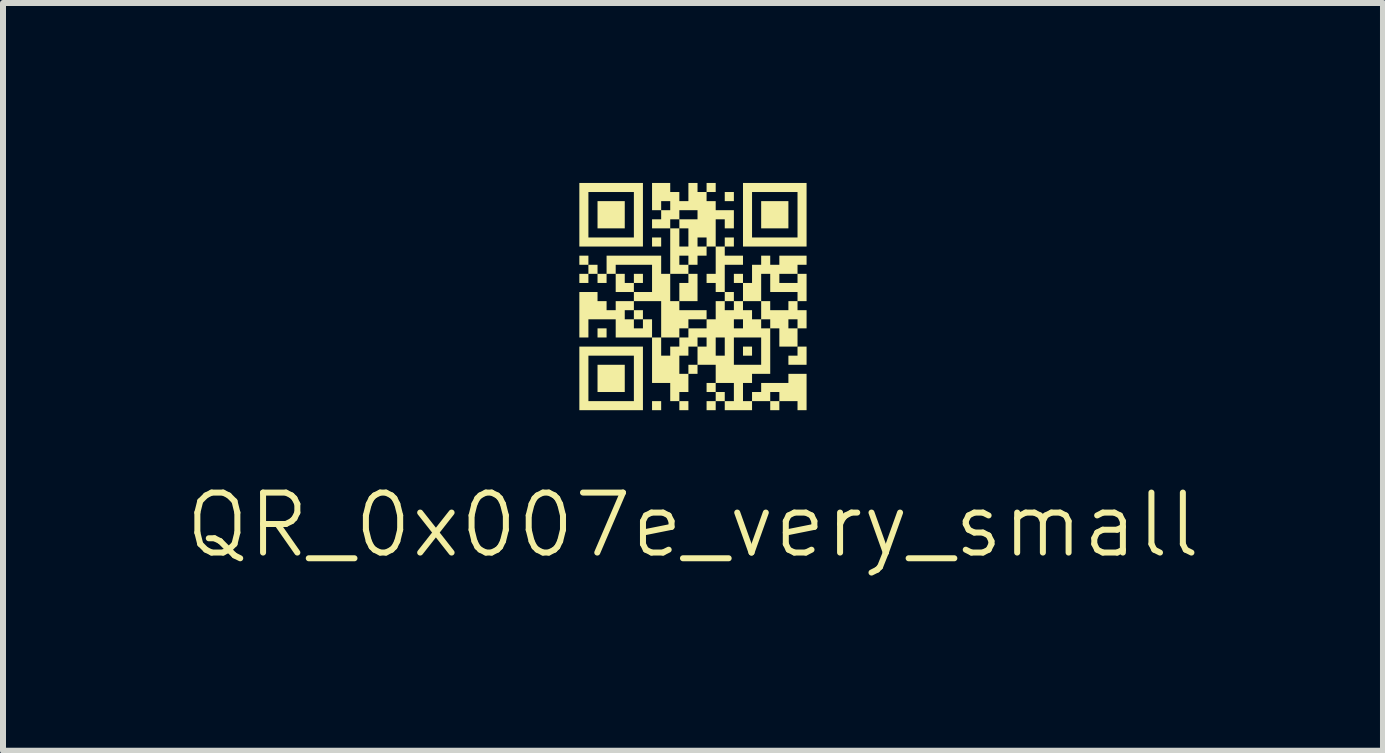
<source format=kicad_pcb>
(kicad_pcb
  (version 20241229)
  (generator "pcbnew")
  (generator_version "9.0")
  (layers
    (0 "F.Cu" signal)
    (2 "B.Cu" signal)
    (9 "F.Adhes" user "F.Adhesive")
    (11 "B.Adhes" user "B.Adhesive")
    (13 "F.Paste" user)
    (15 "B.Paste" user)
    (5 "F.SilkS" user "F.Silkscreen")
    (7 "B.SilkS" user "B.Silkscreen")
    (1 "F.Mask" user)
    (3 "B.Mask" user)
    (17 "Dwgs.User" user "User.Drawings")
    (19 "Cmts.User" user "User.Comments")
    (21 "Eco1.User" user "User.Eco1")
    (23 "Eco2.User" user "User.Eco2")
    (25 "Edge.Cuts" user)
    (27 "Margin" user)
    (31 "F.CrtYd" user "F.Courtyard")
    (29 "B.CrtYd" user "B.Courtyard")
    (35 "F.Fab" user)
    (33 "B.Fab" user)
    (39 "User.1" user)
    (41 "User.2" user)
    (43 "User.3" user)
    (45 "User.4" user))
  (footprint "QR_0x007e_very_small"
    (layer "F.Cu")
    (at 8.502 1.894)
    (property "Reference" "QR_0x007e_very_small" (at 0 3.81 0) (unlocked yes) (layer "F.SilkS") (effects (font (size 1 1) (thickness 0.1))))
    (attr smd)
    (fp_poly (pts (xy -1.743 -0.606) (xy -1.743 -0.53) (xy -1.819 -0.53) (xy -1.894 -0.53) (xy -1.894 -0.606) (xy -1.894 -0.682) (xy -1.819 -0.682) (xy -1.743 -0.682)) (stroke (width 0) (type solid)) (fill yes) (layer "F.SilkS"))
    (fp_poly (pts (xy -1.44 0.606) (xy -1.44 0.682) (xy -1.516 0.682) (xy -1.591 0.682) (xy -1.591 0.606) (xy -1.591 0.53) (xy -1.516 0.53) (xy -1.44 0.53)) (stroke (width 0) (type solid)) (fill yes) (layer "F.SilkS"))
    (fp_poly (pts (xy -1.137 -1.364) (xy -1.137 -1.137) (xy -1.364 -1.137) (xy -1.591 -1.137) (xy -1.591 -1.364) (xy -1.591 -1.591) (xy -1.364 -1.591) (xy -1.137 -1.591)) (stroke (width 0) (type solid)) (fill yes) (layer "F.SilkS"))
    (fp_poly (pts (xy -1.137 1.364) (xy -1.137 1.591) (xy -1.364 1.591) (xy -1.591 1.591) (xy -1.591 1.364) (xy -1.591 1.137) (xy -1.364 1.137) (xy -1.137 1.137)) (stroke (width 0) (type solid)) (fill yes) (layer "F.SilkS"))
    (fp_poly (pts (xy -0.834 -0.303) (xy -0.834 -0.227) (xy -0.909 -0.227) (xy -0.985 -0.227) (xy -0.985 -0.303) (xy -0.985 -0.379) (xy -0.909 -0.379) (xy -0.834 -0.379)) (stroke (width 0) (type solid)) (fill yes) (layer "F.SilkS"))
    (fp_poly (pts (xy -0.834 0.303) (xy -0.834 0.379) (xy -0.909 0.379) (xy -0.985 0.379) (xy -0.985 0.303) (xy -0.985 0.227) (xy -0.909 0.227) (xy -0.834 0.227)) (stroke (width 0) (type solid)) (fill yes) (layer "F.SilkS"))
    (fp_poly (pts (xy -0.53 -0.909) (xy -0.53 -0.834) (xy -0.606 -0.834) (xy -0.682 -0.834) (xy -0.682 -0.909) (xy -0.682 -0.985) (xy -0.606 -0.985) (xy -0.53 -0.985)) (stroke (width 0) (type solid)) (fill yes) (layer "F.SilkS"))
    (fp_poly (pts (xy -0.53 1.819) (xy -0.53 1.894) (xy -0.606 1.894) (xy -0.682 1.894) (xy -0.682 1.819) (xy -0.682 1.743) (xy -0.606 1.743) (xy -0.53 1.743)) (stroke (width 0) (type solid)) (fill yes) (layer "F.SilkS"))
    (fp_poly (pts (xy -0.076 1.819) (xy -0.076 1.894) (xy -0.152 1.894) (xy -0.227 1.894) (xy -0.227 1.819) (xy -0.227 1.743) (xy -0.152 1.743) (xy -0.076 1.743)) (stroke (width 0) (type solid)) (fill yes) (layer "F.SilkS"))
    (fp_poly (pts (xy 0.682 -1.667) (xy 0.682 -1.591) (xy 0.606 -1.591) (xy 0.53 -1.591) (xy 0.53 -1.667) (xy 0.53 -1.743) (xy 0.606 -1.743) (xy 0.682 -1.743)) (stroke (width 0) (type solid)) (fill yes) (layer "F.SilkS"))
    (fp_poly (pts (xy 0.985 0.909) (xy 0.985 0.985) (xy 0.909 0.985) (xy 0.834 0.985) (xy 0.834 0.909) (xy 0.834 0.834) (xy 0.909 0.834) (xy 0.985 0.834)) (stroke (width 0) (type solid)) (fill yes) (layer "F.SilkS"))
    (fp_poly (pts (xy 1.591 -1.364) (xy 1.591 -1.137) (xy 1.364 -1.137) (xy 1.137 -1.137) (xy 1.137 -1.364) (xy 1.137 -1.591) (xy 1.364 -1.591) (xy 1.591 -1.591)) (stroke (width 0) (type solid)) (fill yes) (layer "F.SilkS"))
    (fp_poly (pts (xy 0.076 -0.152) (xy 0.076 0.076) (xy -0.076 0.076) (xy -0.227 0.076) (xy -0.227 -0.076) (xy -0.227 -0.227) (xy -0.152 -0.227) (xy -0.076 -0.227) (xy -0.076 -0.303) (xy -0.076 -0.379) (xy 0 -0.379) (xy 0.076 -0.379)) (stroke (width 0) (type solid)) (fill yes) (layer "F.SilkS"))
    (fp_poly (pts (xy 1.894 0.985) (xy 1.894 1.137) (xy 1.743 1.137) (xy 1.591 1.137) (xy 1.591 1.061) (xy 1.591 0.985) (xy 1.667 0.985) (xy 1.743 0.985) (xy 1.743 0.909) (xy 1.743 0.834) (xy 1.819 0.834) (xy 1.894 0.834)) (stroke (width 0) (type solid)) (fill yes) (layer "F.SilkS"))
    (fp_poly (pts (xy -0.834 -1.364) (xy -0.834 -0.834) (xy -1.364 -0.834) (xy -1.894 -0.834) (xy -1.894 -1.364) (xy -1.894 -1.743) (xy -1.743 -1.743) (xy -1.743 -1.364) (xy -1.743 -0.985) (xy -1.364 -0.985) (xy -0.985 -0.985) (xy -0.985 -1.364) (xy -0.985 -1.743) (xy -1.364 -1.743) (xy -1.743 -1.743) (xy -1.894 -1.743) (xy -1.894 -1.894) (xy -1.364 -1.894) (xy -0.834 -1.894)) (stroke (width 0) (type solid)) (fill yes) (layer "F.SilkS"))
    (fp_poly (pts (xy -0.834 1.364) (xy -0.834 1.894) (xy -1.364 1.894) (xy -1.894 1.894) (xy -1.894 1.364) (xy -1.894 0.985) (xy -1.743 0.985) (xy -1.743 1.364) (xy -1.743 1.743) (xy -1.364 1.743) (xy -0.985 1.743) (xy -0.985 1.364) (xy -0.985 0.985) (xy -1.364 0.985) (xy -1.743 0.985) (xy -1.894 0.985) (xy -1.894 0.834) (xy -1.364 0.834) (xy -0.834 0.834)) (stroke (width 0) (type solid)) (fill yes) (layer "F.SilkS"))
    (fp_poly (pts (xy 1.894 -1.364) (xy 1.894 -0.834) (xy 1.364 -0.834) (xy 0.834 -0.834) (xy 0.834 -1.364) (xy 0.834 -1.743) (xy 0.985 -1.743) (xy 0.985 -1.364) (xy 0.985 -0.985) (xy 1.364 -0.985) (xy 1.743 -0.985) (xy 1.743 -1.364) (xy 1.743 -1.743) (xy 1.364 -1.743) (xy 0.985 -1.743) (xy 0.834 -1.743) (xy 0.834 -1.894) (xy 1.364 -1.894) (xy 1.894 -1.894)) (stroke (width 0) (type solid)) (fill yes) (layer "F.SilkS"))
    (fp_poly (pts (xy -0.379 -1.819) (xy -0.379 -1.743) (xy -0.303 -1.743) (xy -0.227 -1.743) (xy -0.227 -1.667) (xy -0.227 -1.591) (xy -0.152 -1.591) (xy -0.076 -1.591) (xy -0.076 -1.743) (xy -0.076 -1.894) (xy 0 -1.894) (xy 0.076 -1.894) (xy 0.076 -1.819) (xy 0.076 -1.743) (xy 0.152 -1.743) (xy 0.227 -1.743) (xy 0.227 -1.819) (xy 0.227 -1.894) (xy 0.303 -1.894) (xy 0.379 -1.894) (xy 0.379 -1.819) (xy 0.379 -1.743) (xy 0.303 -1.743) (xy 0.227 -1.743) (xy 0.227 -1.667) (xy 0.227 -1.591) (xy 0.303 -1.591) (xy 0.379 -1.591) (xy 0.379 -1.516) (xy 0.379 -1.44) (xy 0.53 -1.44) (xy 0.682 -1.44) (xy 0.682 -1.288) (xy 0.682 -1.137) (xy 0.606 -1.137) (xy 0.53 -1.137) (xy 0.53 -1.212) (xy 0.53 -1.288) (xy 0.455 -1.288) (xy 0.379 -1.288) (xy 0.379 -1.061) (xy 0.379 -0.834) (xy 0.455 -0.834) (xy 0.53 -0.834) (xy 0.53 -0.909) (xy 0.53 -0.985) (xy 0.606 -0.985) (xy 0.682 -0.985) (xy 0.682 -0.909) (xy 0.682 -0.834) (xy 0.606 -0.834) (xy 0.53 -0.834) (xy 0.53 -0.758) (xy 0.53 -0.682) (xy 0.682 -0.682) (xy 0.834 -0.682) (xy 0.834 -0.606) (xy 0.834 -0.53) (xy 0.682 -0.53) (xy 0.53 -0.53) (xy 0.53 -0.303) (xy 0.53 -0.076) (xy 0.455 -0.076) (xy 0.379 -0.076) (xy 0.379 -0.152) (xy 0.379 -0.227) (xy 0.303 -0.227) (xy 0.227 -0.227) (xy 0.227 -0.303) (xy 0.227 -0.379) (xy 0.303 -0.379) (xy 0.379 -0.379) (xy 0.379 -0.606) (xy 0.379 -0.834) (xy 0.303 -0.834) (xy 0.227 -0.834) (xy 0.227 -0.758) (xy 0.227 -0.682) (xy 0.152 -0.682) (xy 0.076 -0.682) (xy 0.076 -0.606) (xy 0.076 -0.53) (xy 0 -0.53) (xy -0.076 -0.53) (xy -0.076 -0.606) (xy -0.076 -0.682) (xy -0.152 -0.682) (xy -0.227 -0.682) (xy -0.227 -0.606) (xy -0.227 -0.53) (xy -0.152 -0.53) (xy -0.076 -0.53) (xy -0.076 -0.455) (xy -0.076 -0.379) (xy -0.227 -0.379) (xy -0.379 -0.379) (xy -0.379 -0.152) (xy -0.379 0.076) (xy -0.303 0.076) (xy -0.227 0.076) (xy -0.227 0.152) (xy -0.227 0.227) (xy 0 0.227) (xy 0.227 0.227) (xy 0.227 0.303) (xy 0.227 0.379) (xy 0.076 0.379) (xy -0.076 0.379) (xy -0.076 0.455) (xy -0.076 0.53) (xy -0.152 0.53) (xy -0.227 0.53) (xy -0.227 0.606) (xy -0.227 0.682) (xy -0.379 0.682) (xy -0.53 0.682) (xy -0.53 0.379) (xy -0.53 0.076) (xy -0.758 0.076) (xy -0.985 0.076) (xy -0.985 0.152) (xy -0.985 0.227) (xy -1.061 0.227) (xy -1.137 0.227) (xy -1.137 0.303) (xy -1.137 0.379) (xy -1.061 0.379) (xy -0.985 0.379) (xy -0.985 0.455) (xy -0.985 0.53) (xy -0.909 0.53) (xy -0.834 0.53) (xy -0.834 0.455) (xy -0.834 0.379) (xy -0.758 0.379) (xy -0.682 0.379) (xy -0.682 0.53) (xy -0.682 0.682) (xy -0.985 0.682) (xy -1.288 0.682) (xy -1.288 0.53) (xy -1.288 0.379) (xy -1.516 0.379) (xy -1.743 0.379) (xy -1.743 0.53) (xy -1.743 0.682) (xy -1.819 0.682) (xy -1.894 0.682) (xy -1.894 0.303) (xy -1.894 -0.076) (xy -1.743 -0.076) (xy -1.591 -0.076) (xy -1.591 0) (xy -1.591 0.076) (xy -1.516 0.076) (xy -1.44 0.076) (xy -1.44 0.152) (xy -1.44 0.227) (xy -1.364 0.227) (xy -1.288 0.227) (xy -1.288 0.152) (xy -1.288 0.076) (xy -1.137 0.076) (xy -0.985 0.076) (xy -0.985 0) (xy -0.985 -0.076) (xy -1.137 -0.076) (xy -1.288 -0.076) (xy -1.288 -0.227) (xy -1.288 -0.379) (xy -1.212 -0.379) (xy -1.137 -0.379) (xy -1.137 -0.303) (xy -1.137 -0.227) (xy -1.061 -0.227) (xy -0.985 -0.227) (xy -0.985 -0.152) (xy -0.985 -0.076) (xy -0.834 -0.076) (xy -0.682 -0.076) (xy -0.682 -0.303) (xy -0.682 -0.53) (xy -0.985 -0.53) (xy -1.288 -0.53) (xy -1.288 -0.455) (xy -1.288 -0.379) (xy -1.364 -0.379) (xy -1.44 -0.379) (xy -1.44 -0.303) (xy -1.44 -0.227) (xy -1.516 -0.227) (xy -1.591 -0.227) (xy -1.591 -0.303) (xy -1.591 -0.379) (xy -1.667 -0.379) (xy -1.743 -0.379) (xy -1.743 -0.303) (xy -1.743 -0.227) (xy -1.819 -0.227) (xy -1.894 -0.227) (xy -1.894 -0.303) (xy -1.894 -0.379) (xy -1.819 -0.379) (xy -1.743 -0.379) (xy -1.743 -0.455) (xy -1.743 -0.53) (xy -1.667 -0.53) (xy -1.591 -0.53) (xy -1.591 -0.455) (xy -1.591 -0.379) (xy -1.516 -0.379) (xy -1.44 -0.379) (xy -1.44 -0.53) (xy -1.44 -0.682) (xy -0.985 -0.682) (xy -0.53 -0.682) (xy -0.53 -0.53) (xy -0.53 -0.379) (xy -0.455 -0.379) (xy -0.379 -0.379) (xy -0.379 -0.758) (xy -0.379 -1.137) (xy -0.303 -1.137) (xy -0.227 -1.137) (xy -0.227 -0.985) (xy -0.227 -0.834) (xy -0.152 -0.834) (xy -0.076 -0.834) (xy -0.076 -0.985) (xy 0.076 -0.985) (xy 0.076 -0.909) (xy 0.076 -0.834) (xy 0.152 -0.834) (xy 0.227 -0.834) (xy 0.227 -0.909) (xy 0.227 -0.985) (xy 0.152 -0.985) (xy 0.076 -0.985) (xy -0.076 -0.985) (xy -0.076 -1.137) (xy -0.152 -1.137) (xy -0.227 -1.137) (xy -0.227 -1.212) (xy -0.227 -1.288) (xy -0.076 -1.288) (xy 0.076 -1.288) (xy 0.076 -1.364) (xy 0.076 -1.44) (xy -0.076 -1.44) (xy -0.227 -1.44) (xy -0.227 -1.364) (xy -0.227 -1.288) (xy -0.303 -1.288) (xy -0.379 -1.288) (xy -0.379 -1.212) (xy -0.379 -1.137) (xy -0.53 -1.137) (xy -0.682 -1.137) (xy -0.682 -1.212) (xy -0.682 -1.288) (xy -0.606 -1.288) (xy -0.53 -1.288) (xy -0.53 -1.364) (xy -0.53 -1.44) (xy -0.606 -1.44) (xy -0.682 -1.44) (xy -0.682 -1.591) (xy -0.53 -1.591) (xy -0.53 -1.516) (xy -0.53 -1.44) (xy -0.455 -1.44) (xy -0.379 -1.44) (xy -0.379 -1.516) (xy -0.379 -1.591) (xy -0.455 -1.591) (xy -0.53 -1.591) (xy -0.682 -1.591) (xy -0.682 -1.667) (xy -0.682 -1.894) (xy -0.53 -1.894) (xy -0.379 -1.894)) (stroke (width 0) (type solid)) (fill yes) (layer "F.SilkS"))
    (fp_poly (pts (xy 1.288 -0.606) (xy 1.288 -0.53) (xy 1.364 -0.53) (xy 1.44 -0.53) (xy 1.44 -0.606) (xy 1.44 -0.682) (xy 1.667 -0.682) (xy 1.894 -0.682) (xy 1.894 -0.606) (xy 1.894 -0.53) (xy 1.819 -0.53) (xy 1.743 -0.53) (xy 1.743 -0.455) (xy 1.743 -0.379) (xy 1.591 -0.379) (xy 1.44 -0.379) (xy 1.44 -0.303) (xy 1.44 -0.227) (xy 1.591 -0.227) (xy 1.743 -0.227) (xy 1.743 -0.303) (xy 1.743 -0.379) (xy 1.819 -0.379) (xy 1.894 -0.379) (xy 1.894 -0.152) (xy 1.894 0.076) (xy 1.819 0.076) (xy 1.743 0.076) (xy 1.743 0.152) (xy 1.743 0.227) (xy 1.819 0.227) (xy 1.894 0.227) (xy 1.894 0.379) (xy 1.894 0.53) (xy 1.819 0.53) (xy 1.743 0.53) (xy 1.743 0.682) (xy 1.743 0.834) (xy 1.591 0.834) (xy 1.44 0.834) (xy 1.44 0.682) (xy 1.44 0.53) (xy 1.364 0.53) (xy 1.288 0.53) (xy 1.288 0.909) (xy 1.288 1.288) (xy 1.137 1.288) (xy 0.985 1.288) (xy 0.985 1.364) (xy 0.985 1.44) (xy 0.909 1.44) (xy 0.834 1.44) (xy 0.834 1.591) (xy 0.834 1.743) (xy 0.909 1.743) (xy 0.985 1.743) (xy 0.985 1.667) (xy 0.985 1.591) (xy 1.061 1.591) (xy 1.137 1.591) (xy 1.288 1.591) (xy 1.288 1.667) (xy 1.288 1.743) (xy 1.364 1.743) (xy 1.44 1.743) (xy 1.44 1.667) (xy 1.44 1.591) (xy 1.364 1.591) (xy 1.288 1.591) (xy 1.137 1.591) (xy 1.137 1.516) (xy 1.137 1.44) (xy 1.364 1.44) (xy 1.591 1.44) (xy 1.591 1.364) (xy 1.591 1.288) (xy 1.743 1.288) (xy 1.894 1.288) (xy 1.894 1.591) (xy 1.894 1.894) (xy 1.819 1.894) (xy 1.743 1.894) (xy 1.743 1.819) (xy 1.743 1.743) (xy 1.591 1.743) (xy 1.44 1.743) (xy 1.44 1.819) (xy 1.44 1.894) (xy 1.364 1.894) (xy 1.288 1.894) (xy 1.288 1.819) (xy 1.288 1.743) (xy 1.137 1.743) (xy 0.985 1.743) (xy 0.985 1.819) (xy 0.985 1.894) (xy 0.758 1.894) (xy 0.53 1.894) (xy 0.53 1.819) (xy 0.53 1.743) (xy 0.455 1.743) (xy 0.379 1.743) (xy 0.379 1.819) (xy 0.379 1.894) (xy 0.303 1.894) (xy 0.227 1.894) (xy 0.227 1.819) (xy 0.227 1.743) (xy 0.303 1.743) (xy 0.379 1.743) (xy 0.379 1.667) (xy 0.379 1.591) (xy 0.455 1.591) (xy 0.53 1.591) (xy 0.53 1.667) (xy 0.53 1.743) (xy 0.606 1.743) (xy 0.682 1.743) (xy 0.682 1.591) (xy 0.682 1.44) (xy 0.53 1.44) (xy 0.379 1.44) (xy 0.379 1.516) (xy 0.379 1.591) (xy 0.303 1.591) (xy 0.227 1.591) (xy 0.227 1.516) (xy 0.227 1.44) (xy 0.303 1.44) (xy 0.379 1.44) (xy 0.379 1.288) (xy 0.379 1.137) (xy 0.227 1.137) (xy 0.076 1.137) (xy 0.076 1.212) (xy 0.076 1.288) (xy 0 1.288) (xy -0.076 1.288) (xy -0.076 1.44) (xy -0.076 1.591) (xy -0.152 1.591) (xy -0.227 1.591) (xy -0.227 1.667) (xy -0.227 1.743) (xy -0.303 1.743) (xy -0.379 1.743) (xy -0.379 1.591) (xy -0.379 1.44) (xy -0.53 1.44) (xy -0.682 1.44) (xy -0.682 1.288) (xy -0.227 1.288) (xy -0.152 1.288) (xy -0.076 1.288) (xy -0.076 1.212) (xy -0.076 1.137) (xy 0 1.137) (xy 0.076 1.137) (xy 0.076 0.985) (xy 0.076 0.834) (xy 0.152 0.834) (xy 0.227 0.834) (xy 0.227 0.758) (xy 0.227 0.682) (xy 0.379 0.682) (xy 0.379 0.834) (xy 0.379 0.985) (xy 0.455 0.985) (xy 0.53 0.985) (xy 0.53 0.834) (xy 0.53 0.682) (xy 0.682 0.682) (xy 0.682 0.909) (xy 0.682 1.137) (xy 0.909 1.137) (xy 1.137 1.137) (xy 1.137 0.909) (xy 1.137 0.682) (xy 0.909 0.682) (xy 0.682 0.682) (xy 0.53 0.682) (xy 0.455 0.682) (xy 0.379 0.682) (xy 0.227 0.682) (xy 0.152 0.682) (xy 0.076 0.682) (xy 0.076 0.758) (xy 0.076 0.834) (xy 0 0.834) (xy -0.076 0.834) (xy -0.076 0.909) (xy -0.076 0.985) (xy -0.152 0.985) (xy -0.227 0.985) (xy -0.227 1.137) (xy -0.227 1.288) (xy -0.682 1.288) (xy -0.682 1.061) (xy -0.682 0.682) (xy -0.606 0.682) (xy -0.53 0.682) (xy -0.53 0.834) (xy -0.53 0.985) (xy -0.455 0.985) (xy -0.379 0.985) (xy -0.379 0.909) (xy -0.379 0.834) (xy -0.303 0.834) (xy -0.227 0.834) (xy -0.227 0.758) (xy -0.227 0.682) (xy -0.152 0.682) (xy -0.076 0.682) (xy -0.076 0.606) (xy -0.076 0.53) (xy 0.076 0.53) (xy 0.227 0.53) (xy 0.227 0.455) (xy 0.227 0.379) (xy 0.303 0.379) (xy 0.379 0.379) (xy 0.682 0.379) (xy 0.682 0.455) (xy 0.682 0.53) (xy 0.758 0.53) (xy 0.834 0.53) (xy 0.834 0.455) (xy 0.834 0.379) (xy 0.758 0.379) (xy 0.682 0.379) (xy 0.379 0.379) (xy 0.379 0.227) (xy 0.379 0.076) (xy 0.455 0.076) (xy 0.53 0.076) (xy 0.53 0.152) (xy 0.53 0.227) (xy 0.606 0.227) (xy 0.682 0.227) (xy 0.834 0.227) (xy 0.909 0.227) (xy 0.985 0.227) (xy 0.985 0.303) (xy 0.985 0.379) (xy 1.061 0.379) (xy 1.137 0.379) (xy 1.137 0.455) (xy 1.137 0.53) (xy 1.212 0.53) (xy 1.288 0.53) (xy 1.288 0.455) (xy 1.288 0.379) (xy 1.591 0.379) (xy 1.591 0.455) (xy 1.591 0.53) (xy 1.667 0.53) (xy 1.743 0.53) (xy 1.743 0.455) (xy 1.743 0.379) (xy 1.667 0.379) (xy 1.591 0.379) (xy 1.288 0.379) (xy 1.212 0.379) (xy 1.137 0.379) (xy 1.137 0.227) (xy 1.137 0.076) (xy 1.212 0.076) (xy 1.288 0.076) (xy 1.288 0.152) (xy 1.288 0.227) (xy 1.44 0.227) (xy 1.591 0.227) (xy 1.591 0.152) (xy 1.591 0.076) (xy 1.667 0.076) (xy 1.743 0.076) (xy 1.743 0) (xy 1.743 -0.076) (xy 1.516 -0.076) (xy 1.288 -0.076) (xy 1.288 -0.227) (xy 1.288 -0.379) (xy 1.212 -0.379) (xy 1.137 -0.379) (xy 1.137 -0.152) (xy 1.137 0.076) (xy 0.985 0.076) (xy 0.834 0.076) (xy 0.834 0.152) (xy 0.834 0.227) (xy 0.682 0.227) (xy 0.682 0.152) (xy 0.682 0.076) (xy 0.606 0.076) (xy 0.53 0.076) (xy 0.53 0) (xy 0.53 -0.076) (xy 0.606 -0.076) (xy 0.682 -0.076) (xy 0.682 0) (xy 0.682 0.076) (xy 0.758 0.076) (xy 0.834 0.076) (xy 0.834 -0.076) (xy 0.834 -0.227) (xy 0.758 -0.227) (xy 0.682 -0.227) (xy 0.682 -0.303) (xy 0.682 -0.379) (xy 0.758 -0.379) (xy 0.834 -0.379) (xy 0.834 -0.303) (xy 0.834 -0.227) (xy 0.909 -0.227) (xy 0.985 -0.227) (xy 0.985 -0.379) (xy 0.985 -0.53) (xy 1.061 -0.53) (xy 1.137 -0.53) (xy 1.137 -0.606) (xy 1.137 -0.682) (xy 1.212 -0.682) (xy 1.288 -0.682)) (stroke (width 0) (type solid)) (fill yes) (layer "F.SilkS")))
  (gr_rect
    (start -3 -3)
    (end 20.005 9.465)
    (stroke (width 0.1) (type default))
    (fill no)
    (layer "Edge.Cuts")))
</source>
